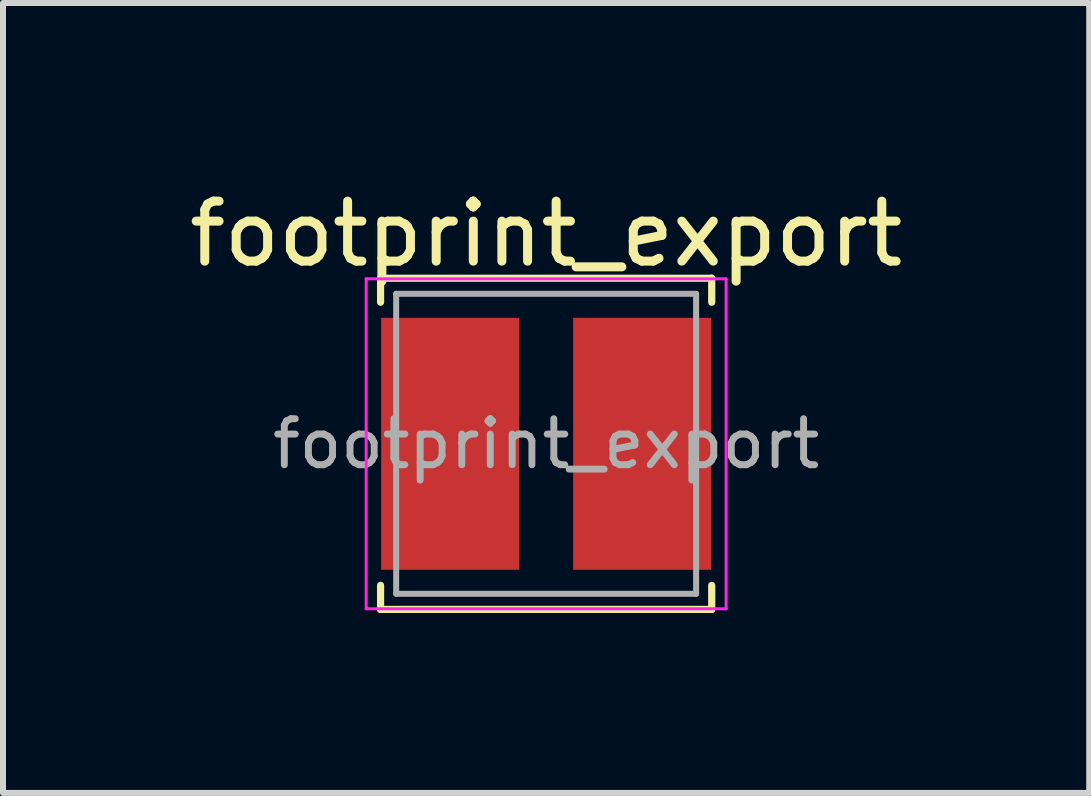
<source format=kicad_pcb>
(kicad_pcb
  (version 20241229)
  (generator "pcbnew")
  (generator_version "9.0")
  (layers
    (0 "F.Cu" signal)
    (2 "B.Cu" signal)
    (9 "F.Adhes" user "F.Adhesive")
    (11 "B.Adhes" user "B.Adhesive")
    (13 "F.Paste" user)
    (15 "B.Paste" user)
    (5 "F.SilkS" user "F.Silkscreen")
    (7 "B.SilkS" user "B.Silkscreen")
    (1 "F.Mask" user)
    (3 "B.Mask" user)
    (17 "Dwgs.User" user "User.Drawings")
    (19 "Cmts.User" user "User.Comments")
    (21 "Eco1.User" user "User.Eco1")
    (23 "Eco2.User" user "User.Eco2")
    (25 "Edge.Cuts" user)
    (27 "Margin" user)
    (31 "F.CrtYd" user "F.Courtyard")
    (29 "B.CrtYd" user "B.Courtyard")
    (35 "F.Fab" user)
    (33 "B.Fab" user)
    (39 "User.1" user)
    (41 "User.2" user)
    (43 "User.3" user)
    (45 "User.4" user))
  (footprint "footprint_export"
    (layer "F.Cu")
    (at 6.054 4.348)
    (property "Reference" "footprint_export" (at 0 -3.5 0) (layer "F.SilkS") (effects (font (size 1 1) (thickness 0.15))))
    (attr smd)
    (fp_line (start -2.76 -2.76) (end -2.76 -2.36) (stroke (width 0.12) (type solid)) (layer "F.SilkS"))
    (fp_line (start -2.76 -2.76) (end 2.76 -2.76) (stroke (width 0.12) (type solid)) (layer "F.SilkS"))
    (fp_line (start -2.76 2.76) (end -2.76 2.36) (stroke (width 0.12) (type solid)) (layer "F.SilkS"))
    (fp_line (start -2.76 2.76) (end 2.76 2.76) (stroke (width 0.12) (type solid)) (layer "F.SilkS"))
    (fp_line (start 2.76 -2.76) (end 2.76 -2.36) (stroke (width 0.12) (type solid)) (layer "F.SilkS"))
    (fp_line (start 2.76 2.76) (end 2.76 2.36) (stroke (width 0.12) (type solid)) (layer "F.SilkS"))
    (fp_line (start -3 -2.75) (end -3 2.75) (stroke (width 0.05) (type solid)) (layer "F.CrtYd"))
    (fp_line (start -3 2.75) (end 3 2.75) (stroke (width 0.05) (type solid)) (layer "F.CrtYd"))
    (fp_line (start 3 -2.75) (end -3 -2.75) (stroke (width 0.05) (type solid)) (layer "F.CrtYd"))
    (fp_line (start 3 2.75) (end 3 -2.75) (stroke (width 0.05) (type solid)) (layer "F.CrtYd"))
    (fp_line (start -2.5 -2.5) (end -2.5 2.5) (stroke (width 0.1) (type solid)) (layer "F.Fab"))
    (fp_line (start -2.5 2.5) (end 2.5 2.5) (stroke (width 0.1) (type solid)) (layer "F.Fab"))
    (fp_line (start 2.5 -2.5) (end -2.5 -2.5) (stroke (width 0.1) (type solid)) (layer "F.Fab"))
    (fp_line (start 2.5 2.5) (end 2.5 -2.5) (stroke (width 0.1) (type solid)) (layer "F.Fab"))
    (fp_text user "${REFERENCE}" (at 0 0 0) (layer "F.Fab") (effects (font (size 0.767 0.767) (thickness 0.115))))
    (pad "1" smd rect (at -1.6 0) (size 2.3 4.2) (layers "F.Cu" "F.Mask" "F.Paste"))
    (pad "2" smd rect (at 1.6 0) (size 2.3 4.2) (layers "F.Cu" "F.Mask" "F.Paste")))
  (gr_rect
    (start -3 -3)
    (end 15.107 10.168)
    (stroke (width 0.1) (type default))
    (fill no)
    (layer "Edge.Cuts")))
</source>
